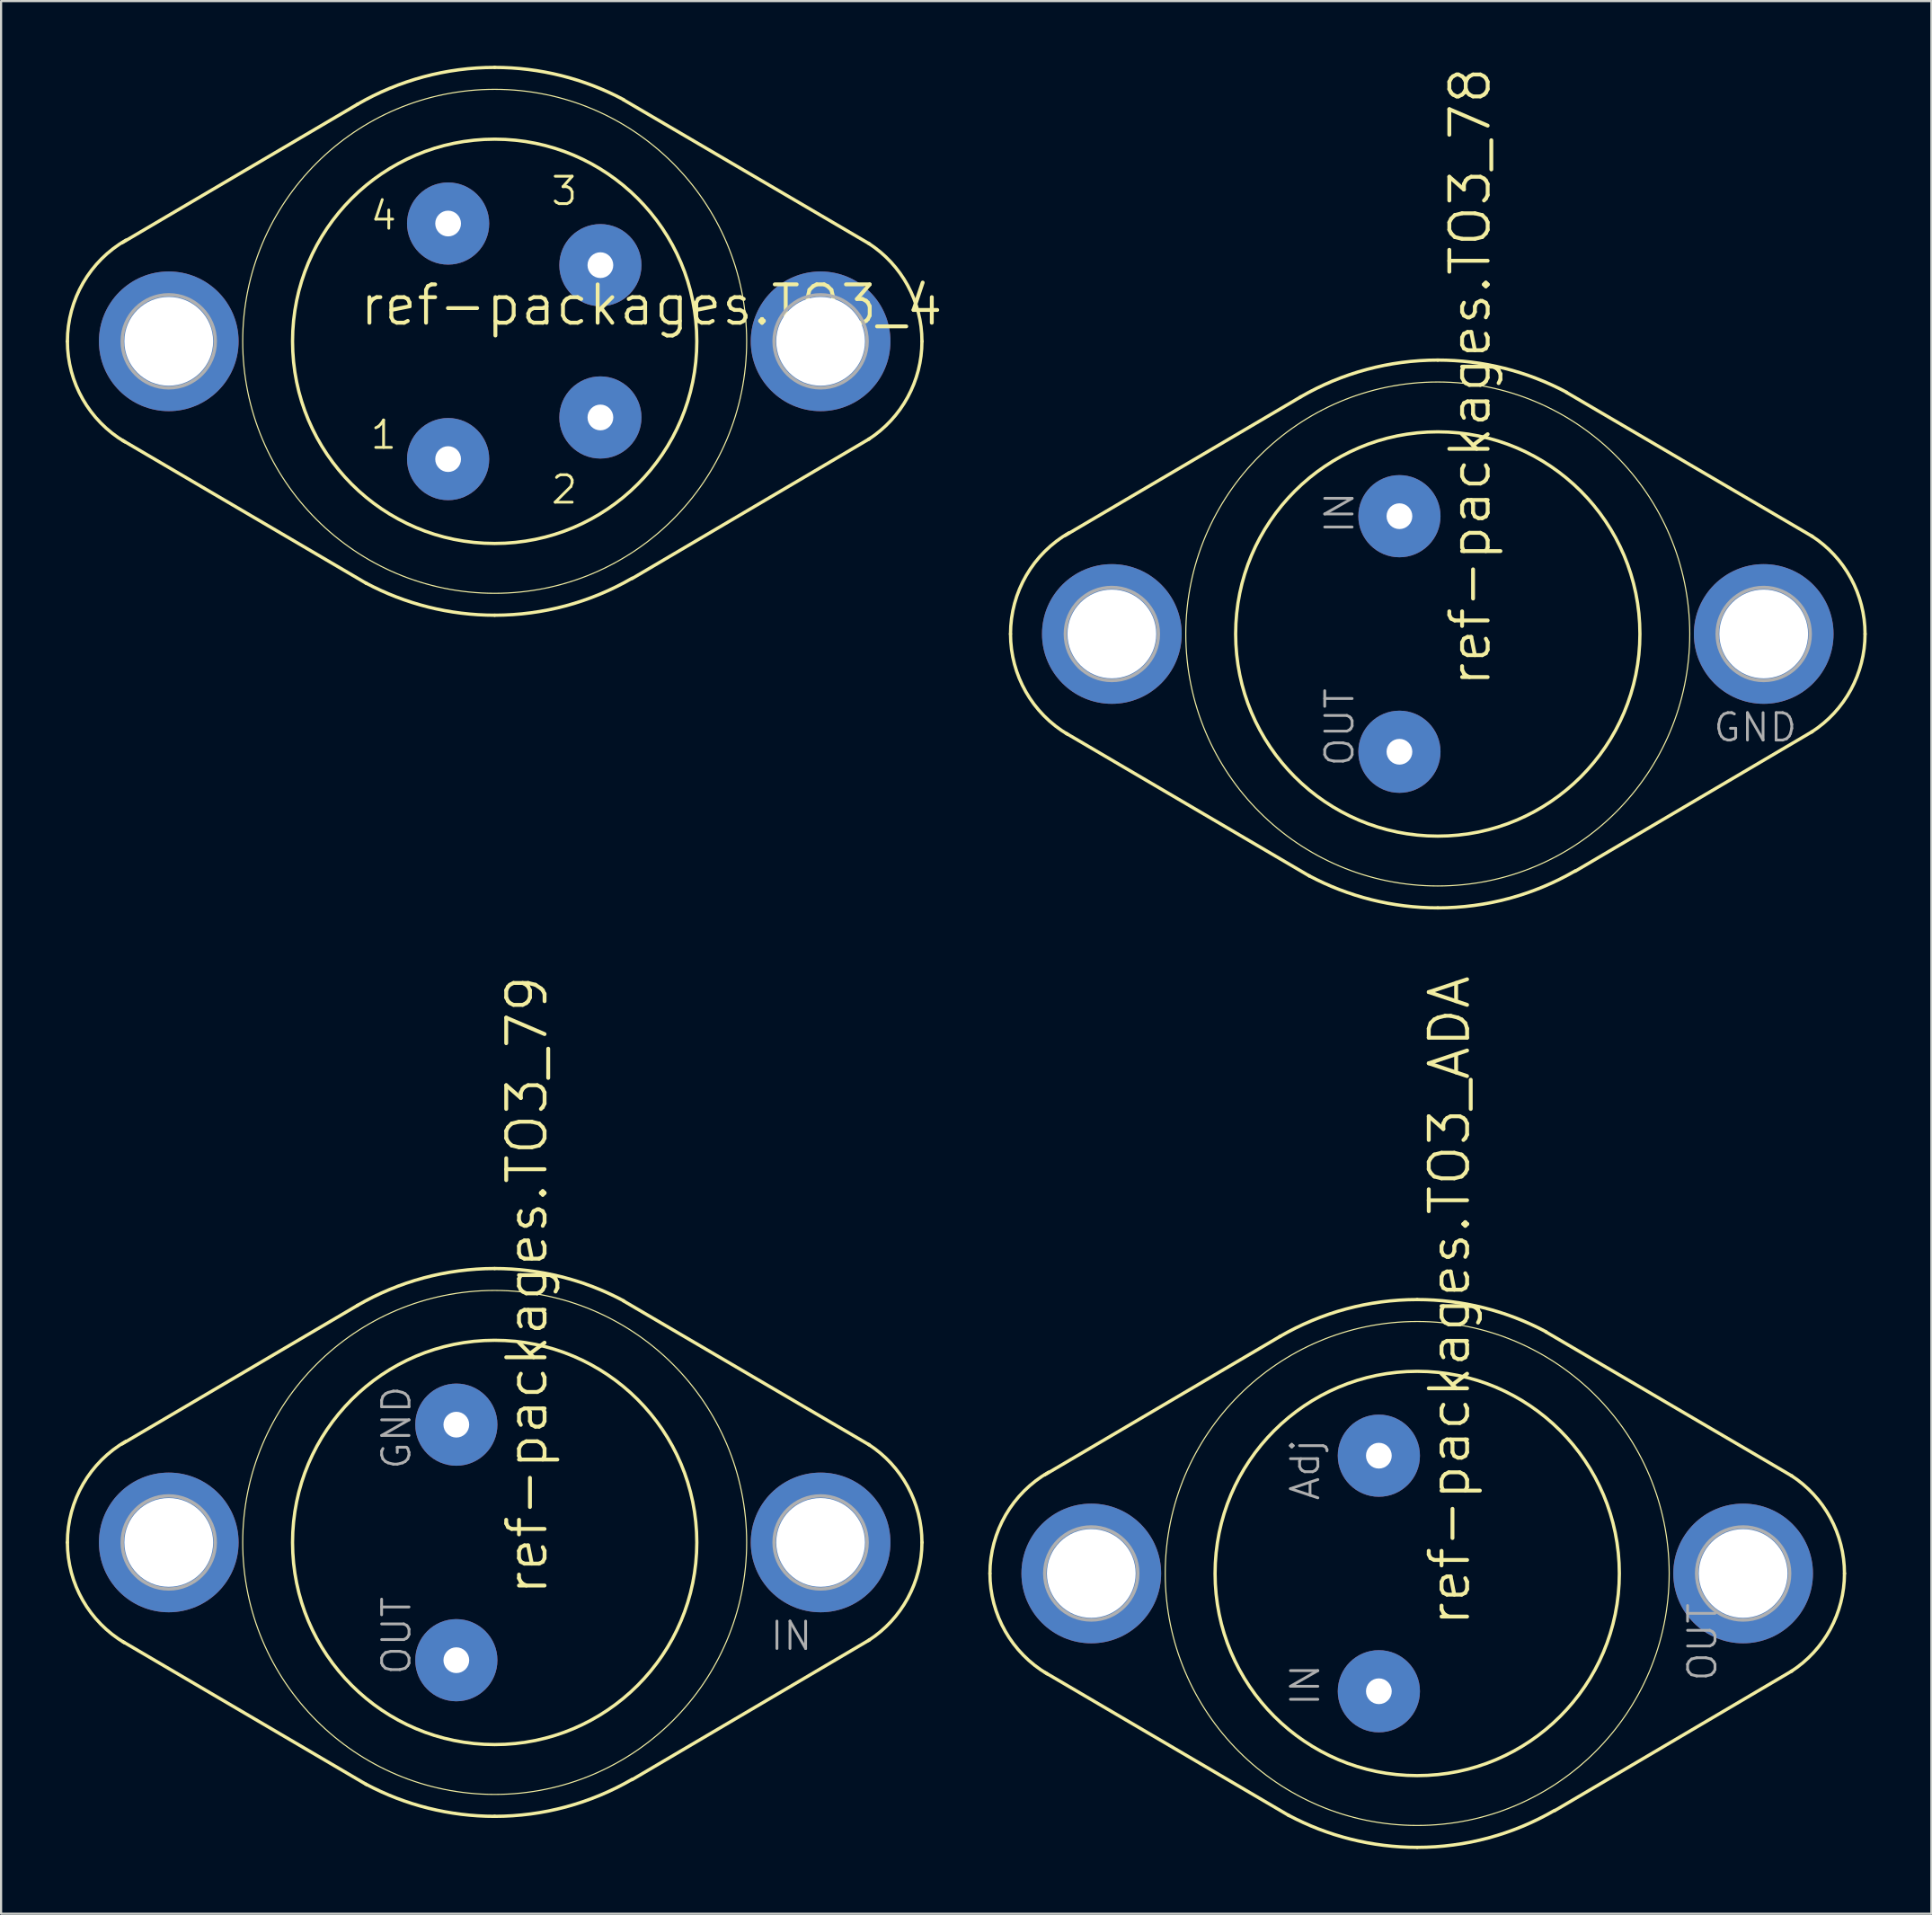
<source format=kicad_pcb>
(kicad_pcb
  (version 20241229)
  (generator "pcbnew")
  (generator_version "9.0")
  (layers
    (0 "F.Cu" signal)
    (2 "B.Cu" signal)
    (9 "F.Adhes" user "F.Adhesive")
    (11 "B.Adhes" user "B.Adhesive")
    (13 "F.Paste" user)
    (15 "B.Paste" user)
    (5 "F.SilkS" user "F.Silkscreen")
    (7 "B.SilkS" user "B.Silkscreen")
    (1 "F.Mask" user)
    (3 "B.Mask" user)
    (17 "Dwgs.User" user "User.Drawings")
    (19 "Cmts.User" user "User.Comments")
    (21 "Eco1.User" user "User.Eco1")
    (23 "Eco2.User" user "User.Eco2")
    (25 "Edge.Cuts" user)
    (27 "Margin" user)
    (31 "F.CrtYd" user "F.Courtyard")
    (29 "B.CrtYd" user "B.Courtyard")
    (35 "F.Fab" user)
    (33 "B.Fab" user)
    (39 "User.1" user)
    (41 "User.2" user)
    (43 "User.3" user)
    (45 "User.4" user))
  (footprint "ref-packages.TO3_4"
    (layer "F.Cu")
    (at 19.888 12.776)
    (property "Reference" "ref-packages.TO3_4" (at -6.35 -0.635 0) (layer "F.SilkS") (effects (font (size 1.778 1.778) (thickness 0.18)) (justify left bottom)))
    (attr through_hole)
    (fp_line (start -6.35 -10.998) (end -17.272 -4.572) (stroke (width 0.152) (type default)) (layer "F.SilkS"))
    (fp_line (start -5.944 11.227) (end -17.247 4.597) (stroke (width 0.152) (type default)) (layer "F.SilkS"))
    (fp_line (start 5.969 -11.201) (end 17.374 -4.521) (stroke (width 0.152) (type default)) (layer "F.SilkS"))
    (fp_line (start 6.375 10.998) (end 17.374 4.521) (stroke (width 0.152) (type default)) (layer "F.SilkS"))
    (fp_arc (start -19.812 0) (mid -19.08306 -2.712168) (end -17.0927 -4.6935) (stroke (width 0.1524) (type default)) (layer "F.SilkS"))
    (fp_arc (start -17.1555 4.657) (mid -19.101186 2.680705) (end -19.812 0) (stroke (width 0.1524) (type default)) (layer "F.SilkS"))
    (fp_arc (start -6.3718 -10.9859) (mid -3.299165 -12.263989) (end 0 -12.7) (stroke (width 0.1524) (type default)) (layer "F.SilkS"))
    (fp_arc (start 0 -12.7) (mid 3.080216 -12.320822) (end 5.9765 -11.2059) (stroke (width 0.1524) (type default)) (layer "F.SilkS"))
    (fp_arc (start 0 12.7) (mid -3.080216 12.320822) (end -5.9765 11.2059) (stroke (width 0.1524) (type default)) (layer "F.SilkS"))
    (fp_arc (start 6.3718 10.9859) (mid 3.299165 12.263989) (end 0 12.7) (stroke (width 0.1524) (type default)) (layer "F.SilkS"))
    (fp_arc (start 17.3366 -4.545) (mid 19.153012 -2.587691) (end 19.812 0) (stroke (width 0.1524) (type default)) (layer "F.SilkS"))
    (fp_arc (start 19.812 0) (mid 19.153012 2.587691) (end 17.3366 4.545) (stroke (width 0.1524) (type default)) (layer "F.SilkS"))
    (fp_circle (center 0 0) (end 9.373 0) (stroke (width 0.152) (type default)) (fill no) (layer "F.SilkS"))
    (fp_circle (center 0 0) (end 11.684 0) (stroke (width 0.051) (type default)) (fill no) (layer "F.SilkS"))
    (fp_circle (center -15.113 0) (end -12.954 0) (stroke (width 0.152) (type default)) (fill no) (layer "F.Fab"))
    (fp_circle (center 15.113 0) (end 17.272 0) (stroke (width 0.152) (type default)) (fill no) (layer "F.Fab"))
    (fp_text user "2" (at 2.54 7.62 0) (layer "F.SilkS") (effects (font (size 1.27 1.27) (thickness 0.13)) (justify left bottom)))
    (fp_text user "4" (at -5.842 -5.08 0) (layer "F.SilkS") (effects (font (size 1.27 1.27) (thickness 0.13)) (justify left bottom)))
    (fp_text user "3" (at 2.54 -6.223 0) (layer "F.SilkS") (effects (font (size 1.27 1.27) (thickness 0.13)) (justify left bottom)))
    (fp_text user "1" (at -5.842 5.08 0) (layer "F.SilkS") (effects (font (size 1.27 1.27) (thickness 0.13)) (justify left bottom)))
    (pad "1" thru_hole circle (at -2.159 5.461) (size 3.81 3.81) (drill 1.194) (layers "*.Cu" "*.Mask"))
    (pad "2" thru_hole circle (at 4.902 3.531) (size 3.81 3.81) (drill 1.194) (layers "*.Cu" "*.Mask"))
    (pad "3" thru_hole circle (at 4.902 -3.531) (size 3.81 3.81) (drill 1.194) (layers "*.Cu" "*.Mask"))
    (pad "4" thru_hole circle (at -2.159 -5.461) (size 3.81 3.81) (drill 1.194) (layers "*.Cu" "*.Mask"))
    (pad "5" thru_hole circle (at 15.113 0) (size 6.477 6.477) (drill 4.115) (layers "*.Cu" "*.Mask"))
    (pad "TO3/5" thru_hole circle (at -15.113 0) (size 6.477 6.477) (drill 4.115) (layers "*.Cu" "*.Mask")))
  (footprint "ref-packages.TO3_ADA"
    (layer "F.Cu")
    (at 62.665 69.908)
    (property "Reference" "ref-packages.TO3_ADA" (at 2.54 2.54 90) (layer "F.SilkS") (effects (font (size 1.778 1.778) (thickness 0.18)) (justify left bottom)))
    (attr through_hole)
    (fp_line (start -6.35 -10.998) (end -17.272 -4.572) (stroke (width 0.152) (type default)) (layer "F.SilkS"))
    (fp_line (start -5.944 11.227) (end -17.247 4.597) (stroke (width 0.152) (type default)) (layer "F.SilkS"))
    (fp_line (start 5.969 -11.201) (end 17.374 -4.521) (stroke (width 0.152) (type default)) (layer "F.SilkS"))
    (fp_line (start 6.375 10.998) (end 17.374 4.521) (stroke (width 0.152) (type default)) (layer "F.SilkS"))
    (fp_arc (start -19.812 0) (mid -19.08306 -2.712168) (end -17.0927 -4.6935) (stroke (width 0.1524) (type default)) (layer "F.SilkS"))
    (fp_arc (start -17.1555 4.657) (mid -19.101186 2.680705) (end -19.812 0) (stroke (width 0.1524) (type default)) (layer "F.SilkS"))
    (fp_arc (start -6.3718 -10.9859) (mid -3.299165 -12.263989) (end 0 -12.7) (stroke (width 0.1524) (type default)) (layer "F.SilkS"))
    (fp_arc (start 0 -12.7) (mid 3.080216 -12.320822) (end 5.9765 -11.2059) (stroke (width 0.1524) (type default)) (layer "F.SilkS"))
    (fp_arc (start 0 12.7) (mid -3.080216 12.320822) (end -5.9765 11.2059) (stroke (width 0.1524) (type default)) (layer "F.SilkS"))
    (fp_arc (start 6.3718 10.9859) (mid 3.299165 12.263989) (end 0 12.7) (stroke (width 0.1524) (type default)) (layer "F.SilkS"))
    (fp_arc (start 17.3366 -4.545) (mid 19.153012 -2.587691) (end 19.812 0) (stroke (width 0.1524) (type default)) (layer "F.SilkS"))
    (fp_arc (start 19.812 0) (mid 19.153012 2.587691) (end 17.3366 4.545) (stroke (width 0.1524) (type default)) (layer "F.SilkS"))
    (fp_circle (center 0 0) (end 9.373 0) (stroke (width 0.152) (type default)) (fill no) (layer "F.SilkS"))
    (fp_circle (center 0 0) (end 11.684 0) (stroke (width 0.051) (type default)) (fill no) (layer "F.SilkS"))
    (fp_circle (center -15.113 0) (end -12.954 0) (stroke (width 0.152) (type default)) (fill no) (layer "F.Fab"))
    (fp_circle (center 15.113 0) (end 17.272 0) (stroke (width 0.152) (type default)) (fill no) (layer "F.Fab"))
    (fp_text user "OUT" (at 13.97 5.08 90) (layer "F.Fab") (effects (font (size 1.27 1.27) (thickness 0.13)) (justify left bottom)))
    (fp_text user "IN" (at -4.445 6.223 90) (layer "F.Fab") (effects (font (size 1.27 1.27) (thickness 0.13)) (justify left bottom)))
    (fp_text user "Adj" (at -4.445 -3.302 90) (layer "F.Fab") (effects (font (size 1.27 1.27) (thickness 0.13)) (justify left bottom)))
    (pad "ADJ" thru_hole circle (at -1.778 -5.461) (size 3.81 3.81) (drill 1.194) (layers "*.Cu" "*.Mask"))
    (pad "IN" thru_hole circle (at -1.778 5.461) (size 3.81 3.81) (drill 1.194) (layers "*.Cu" "*.Mask"))
    (pad "OUT" thru_hole circle (at 15.113 0) (size 6.477 6.477) (drill 4.115) (layers "*.Cu" "*.Mask"))
    (pad "TO3A" thru_hole circle (at -15.113 0) (size 6.477 6.477) (drill 4.115) (layers "*.Cu" "*.Mask")))
  (footprint "ref-packages.TO3_78"
    (layer "F.Cu")
    (at 63.619 26.346)
    (property "Reference" "ref-packages.TO3_78" (at 2.54 2.54 90) (layer "F.SilkS") (effects (font (size 1.778 1.778) (thickness 0.18)) (justify left bottom)))
    (attr through_hole)
    (fp_line (start -6.35 -10.998) (end -17.272 -4.572) (stroke (width 0.152) (type default)) (layer "F.SilkS"))
    (fp_line (start -5.944 11.227) (end -17.247 4.597) (stroke (width 0.152) (type default)) (layer "F.SilkS"))
    (fp_line (start 5.969 -11.201) (end 17.374 -4.521) (stroke (width 0.152) (type default)) (layer "F.SilkS"))
    (fp_line (start 6.375 10.998) (end 17.374 4.521) (stroke (width 0.152) (type default)) (layer "F.SilkS"))
    (fp_arc (start -19.812 0) (mid -19.08306 -2.712168) (end -17.0927 -4.6935) (stroke (width 0.1524) (type default)) (layer "F.SilkS"))
    (fp_arc (start -17.1555 4.657) (mid -19.101186 2.680705) (end -19.812 0) (stroke (width 0.1524) (type default)) (layer "F.SilkS"))
    (fp_arc (start -6.3718 -10.9859) (mid -3.299165 -12.263989) (end 0 -12.7) (stroke (width 0.1524) (type default)) (layer "F.SilkS"))
    (fp_arc (start 0 -12.7) (mid 3.080216 -12.320822) (end 5.9765 -11.2059) (stroke (width 0.1524) (type default)) (layer "F.SilkS"))
    (fp_arc (start 0 12.7) (mid -3.080216 12.320822) (end -5.9765 11.2059) (stroke (width 0.1524) (type default)) (layer "F.SilkS"))
    (fp_arc (start 6.3718 10.9859) (mid 3.299165 12.263989) (end 0 12.7) (stroke (width 0.1524) (type default)) (layer "F.SilkS"))
    (fp_arc (start 17.3366 -4.545) (mid 19.153012 -2.587691) (end 19.812 0) (stroke (width 0.1524) (type default)) (layer "F.SilkS"))
    (fp_arc (start 19.812 0) (mid 19.153012 2.587691) (end 17.3366 4.545) (stroke (width 0.1524) (type default)) (layer "F.SilkS"))
    (fp_circle (center 0 0) (end 9.373 0) (stroke (width 0.152) (type default)) (fill no) (layer "F.SilkS"))
    (fp_circle (center 0 0) (end 11.684 0) (stroke (width 0.051) (type default)) (fill no) (layer "F.SilkS"))
    (fp_circle (center -15.113 0) (end -12.954 0) (stroke (width 0.152) (type default)) (fill no) (layer "F.Fab"))
    (fp_circle (center 15.113 0) (end 17.272 0) (stroke (width 0.152) (type default)) (fill no) (layer "F.Fab"))
    (fp_text user "GND" (at 12.7 5.08 0) (layer "F.Fab") (effects (font (size 1.27 1.27) (thickness 0.13)) (justify left bottom)))
    (fp_text user "OUT" (at -3.81 6.223 90) (layer "F.Fab") (effects (font (size 1.27 1.27) (thickness 0.13)) (justify left bottom)))
    (fp_text user "IN" (at -3.81 -4.572 90) (layer "F.Fab") (effects (font (size 1.27 1.27) (thickness 0.13)) (justify left bottom)))
    (pad "1" thru_hole circle (at -1.778 5.461) (size 3.81 3.81) (drill 1.194) (layers "*.Cu" "*.Mask"))
    (pad "2" thru_hole circle (at -1.778 -5.461) (size 3.81 3.81) (drill 1.194) (layers "*.Cu" "*.Mask"))
    (pad "3" thru_hole circle (at 15.113 0) (size 6.477 6.477) (drill 4.115) (layers "*.Cu" "*.Mask"))
    (pad "3@" thru_hole circle (at -15.113 0) (size 6.477 6.477) (drill 4.115) (layers "*.Cu" "*.Mask")))
  (footprint "ref-packages.TO3_79"
    (layer "F.Cu")
    (at 19.888 68.469)
    (property "Reference" "ref-packages.TO3_79" (at 2.54 2.54 90) (layer "F.SilkS") (effects (font (size 1.778 1.778) (thickness 0.18)) (justify left bottom)))
    (attr through_hole)
    (fp_line (start -6.35 -10.998) (end -17.272 -4.572) (stroke (width 0.152) (type default)) (layer "F.SilkS"))
    (fp_line (start -5.944 11.227) (end -17.247 4.597) (stroke (width 0.152) (type default)) (layer "F.SilkS"))
    (fp_line (start 5.969 -11.201) (end 17.374 -4.521) (stroke (width 0.152) (type default)) (layer "F.SilkS"))
    (fp_line (start 6.375 10.998) (end 17.374 4.521) (stroke (width 0.152) (type default)) (layer "F.SilkS"))
    (fp_arc (start -19.812 0) (mid -19.08306 -2.712168) (end -17.0927 -4.6935) (stroke (width 0.1524) (type default)) (layer "F.SilkS"))
    (fp_arc (start -17.1555 4.657) (mid -19.101186 2.680705) (end -19.812 0) (stroke (width 0.1524) (type default)) (layer "F.SilkS"))
    (fp_arc (start -6.3718 -10.9859) (mid -3.299165 -12.263989) (end 0 -12.7) (stroke (width 0.1524) (type default)) (layer "F.SilkS"))
    (fp_arc (start 0 -12.7) (mid 3.080216 -12.320822) (end 5.9765 -11.2059) (stroke (width 0.1524) (type default)) (layer "F.SilkS"))
    (fp_arc (start 0 12.7) (mid -3.080216 12.320822) (end -5.9765 11.2059) (stroke (width 0.1524) (type default)) (layer "F.SilkS"))
    (fp_arc (start 6.3718 10.9859) (mid 3.299165 12.263989) (end 0 12.7) (stroke (width 0.1524) (type default)) (layer "F.SilkS"))
    (fp_arc (start 17.3366 -4.545) (mid 19.153012 -2.587691) (end 19.812 0) (stroke (width 0.1524) (type default)) (layer "F.SilkS"))
    (fp_arc (start 19.812 0) (mid 19.153012 2.587691) (end 17.3366 4.545) (stroke (width 0.1524) (type default)) (layer "F.SilkS"))
    (fp_circle (center 0 0) (end 9.373 0) (stroke (width 0.152) (type default)) (fill no) (layer "F.SilkS"))
    (fp_circle (center 0 0) (end 11.684 0) (stroke (width 0.051) (type default)) (fill no) (layer "F.SilkS"))
    (fp_circle (center -15.113 0) (end -12.954 0) (stroke (width 0.152) (type default)) (fill no) (layer "F.Fab"))
    (fp_circle (center 15.113 0) (end 17.272 0) (stroke (width 0.152) (type default)) (fill no) (layer "F.Fab"))
    (fp_text user "GND" (at -3.81 -3.302 90) (layer "F.Fab") (effects (font (size 1.27 1.27) (thickness 0.13)) (justify left bottom)))
    (fp_text user "OUT" (at -3.81 6.223 90) (layer "F.Fab") (effects (font (size 1.27 1.27) (thickness 0.13)) (justify left bottom)))
    (fp_text user "IN" (at 12.7 5.08 0) (layer "F.Fab") (effects (font (size 1.27 1.27) (thickness 0.13)) (justify left bottom)))
    (pad "1" thru_hole circle (at -1.778 5.461) (size 3.81 3.81) (drill 1.194) (layers "*.Cu" "*.Mask"))
    (pad "2" thru_hole circle (at -1.778 -5.461) (size 3.81 3.81) (drill 1.194) (layers "*.Cu" "*.Mask"))
    (pad "3" thru_hole circle (at 15.113 0) (size 6.477 6.477) (drill 4.115) (layers "*.Cu" "*.Mask"))
    (pad "3@" thru_hole circle (at -15.113 0) (size 6.477 6.477) (drill 4.115) (layers "*.Cu" "*.Mask")))
  (gr_rect
    (start -3 -3)
    (end 86.508 85.685)
    (stroke (width 0.1) (type default))
    (fill no)
    (layer "Edge.Cuts")))
</source>
